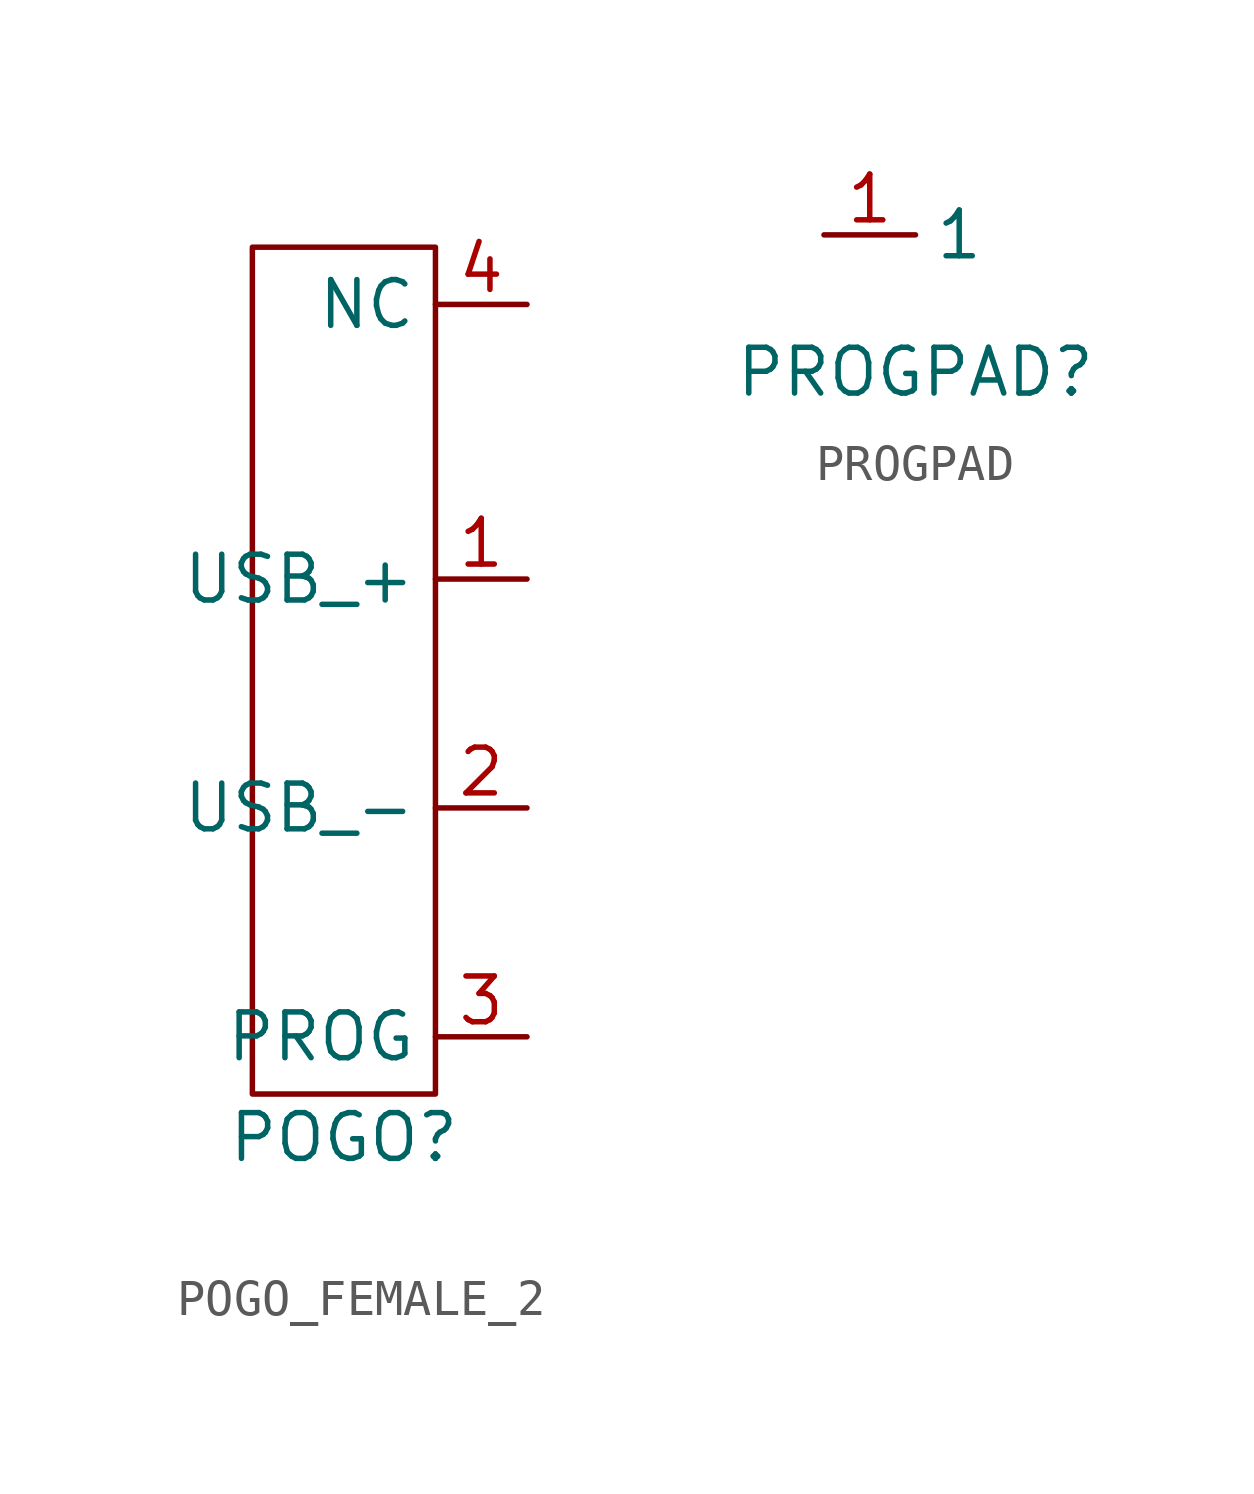
<source format=kicad_sym>
(kicad_symbol_lib
  (version 20241209)
  (generator "kicad_symbol_editor")
  (generator_version "9.0")
  (symbol "POGO_FEMALE_2"
    (property "Reference" "POGO"
      (at 0 -12.954 0)
      (effects (font (size 1.27 1.27))))
    (property "Value" ""
      (at 0 0 0)
      (effects (font (size 1.27 1.27))))
    (symbol "POGO_FEMALE_2_0_1"
      (rectangle (start -2.54 11.748) (end 2.54 -11.748) (stroke (width 0) (type default)) (fill (type none))))
    (symbol "POGO_FEMALE_2_1_1"
      (pin input line (at 5.08 10.16 180) (length 2.54) (name "NC" (effects (font (size 1.27 1.27)))) (number "4" (effects (font (size 1.27 1.27)))))
      (pin input line (at 5.08 2.54 180) (length 2.54) (name "USB_+" (effects (font (size 1.27 1.27)))) (number "1" (effects (font (size 1.27 1.27)))))
      (pin input line (at 5.08 -3.81 180) (length 2.54) (name "USB_-" (effects (font (size 1.27 1.27)))) (number "2" (effects (font (size 1.27 1.27)))))
      (pin input line (at 5.08 -10.16 180) (length 2.54) (name "PROG" (effects (font (size 1.27 1.27)))) (number "3" (effects (font (size 1.27 1.27)))))))
  (symbol "PROGPAD"
    (property "Reference" "PROGPAD"
      (at 0 0 0)
      (effects (font (size 1.27 1.27))))
    (property "Value" ""
      (at 0 0 0)
      (effects (font (size 1.27 1.27))))
    (symbol "PROGPAD_1_1"
      (pin input line (at -2.54 3.81 0) (length 2.54) (name "1" (effects (font (size 1.27 1.27)))) (number "1" (effects (font (size 1.27 1.27))))))))
</source>
